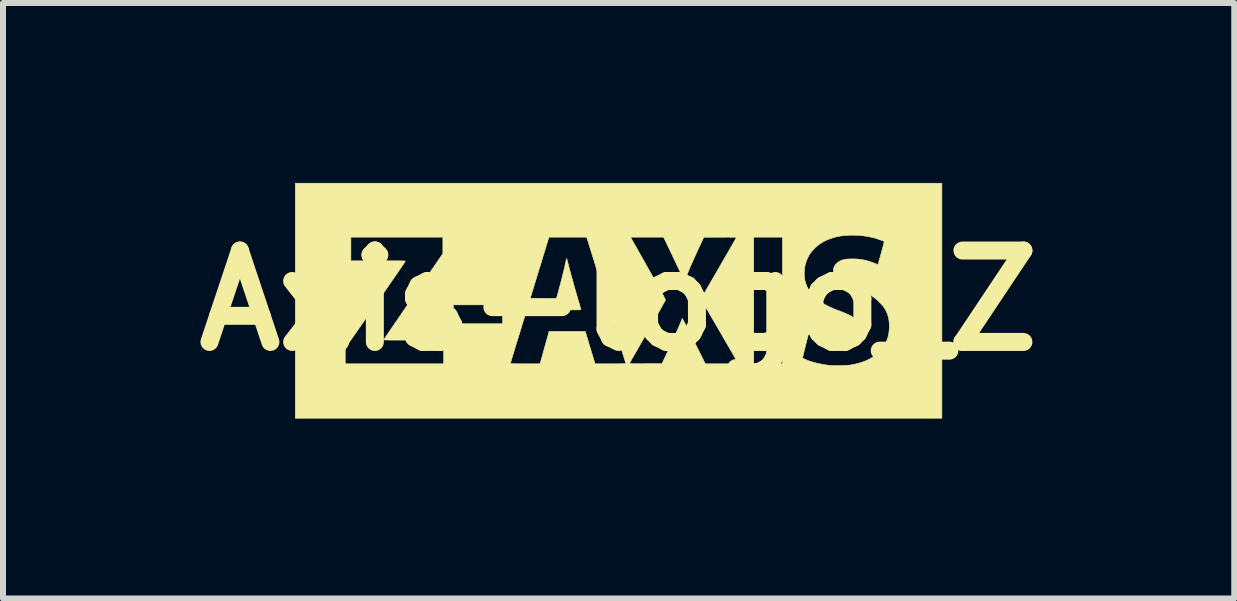
<source format=kicad_pcb>
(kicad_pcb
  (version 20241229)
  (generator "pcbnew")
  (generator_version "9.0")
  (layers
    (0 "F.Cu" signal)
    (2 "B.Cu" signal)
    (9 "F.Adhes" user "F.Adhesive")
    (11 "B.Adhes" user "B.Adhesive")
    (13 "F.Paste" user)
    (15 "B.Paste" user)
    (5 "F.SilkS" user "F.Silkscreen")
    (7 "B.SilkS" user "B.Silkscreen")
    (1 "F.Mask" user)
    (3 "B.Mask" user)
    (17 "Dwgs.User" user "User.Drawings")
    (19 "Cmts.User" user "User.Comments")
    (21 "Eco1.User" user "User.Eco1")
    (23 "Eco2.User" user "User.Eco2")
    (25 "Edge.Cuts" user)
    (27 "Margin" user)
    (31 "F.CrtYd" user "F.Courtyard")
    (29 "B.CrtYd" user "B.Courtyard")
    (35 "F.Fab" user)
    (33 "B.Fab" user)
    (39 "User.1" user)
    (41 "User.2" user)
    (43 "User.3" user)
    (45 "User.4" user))
  (footprint "Axis-logo_Z"
    (layer "F.Cu")
    (at 7.264 1.962)
    (property "Reference" "Axis-logo_Z" (at 0 0 0) (layer "F.SilkS") (effects (font (size 1.524 1.524) (thickness 0.3))))
    (attr through_hole)
    (fp_poly (pts (xy -0.864 -0.696) (xy -0.86 -0.684) (xy -0.855 -0.664) (xy -0.848 -0.639) (xy -0.84 -0.608) (xy -0.831 -0.573) (xy -0.822 -0.537) (xy -0.814 -0.508) (xy -0.805 -0.471) (xy -0.793 -0.428) (xy -0.779 -0.379) (xy -0.764 -0.326) (xy -0.749 -0.27) (xy -0.733 -0.213) (xy -0.716 -0.155) (xy -0.7 -0.098) (xy -0.684 -0.043) (xy -0.669 0.008) (xy -0.655 0.055) (xy -0.643 0.096) (xy -0.633 0.131) (xy -0.628 0.147) (xy -0.627 0.149) (xy -0.629 0.15) (xy -0.632 0.152) (xy -0.639 0.153) (xy -0.649 0.154) (xy -0.664 0.154) (xy -0.684 0.155) (xy -0.71 0.155) (xy -0.743 0.155) (xy -0.783 0.155) (xy -0.831 0.155) (xy -0.858 0.155) (xy -1.091 0.155) (xy -1.087 0.142) (xy -1.084 0.135) (xy -1.08 0.12) (xy -1.074 0.098) (xy -1.066 0.069) (xy -1.056 0.035) (xy -1.045 -0.003) (xy -1.034 -0.045) (xy -1.021 -0.09) (xy -1.019 -0.099) (xy -1 -0.164) (xy -0.985 -0.223) (xy -0.97 -0.275) (xy -0.958 -0.323) (xy -0.946 -0.369) (xy -0.935 -0.414) (xy -0.924 -0.459) (xy -0.912 -0.507) (xy -0.9 -0.559) (xy -0.891 -0.601) (xy -0.884 -0.63) (xy -0.878 -0.656) (xy -0.873 -0.677) (xy -0.869 -0.692) (xy -0.866 -0.7) (xy -0.866 -0.701) (xy -0.864 -0.696)) (stroke (width 0.01) (type solid)) (fill yes) (layer "F.SilkS"))
    (fp_poly (pts (xy 5.39 1.961) (xy -5.39 1.961) (xy -5.39 1.054) (xy -4.558 1.054) (xy -2.916 1.054) (xy -2.916 1.047) (xy -1.805 1.047) (xy -1.803 1.049) (xy -1.8 1.05) (xy -1.793 1.051) (xy -1.783 1.052) (xy -1.769 1.052) (xy -1.75 1.053) (xy -1.724 1.053) (xy -1.692 1.053) (xy -1.653 1.054) (xy -1.606 1.054) (xy -1.558 1.054) (xy -1.309 1.054) (xy -1.234 0.783) (xy -1.159 0.513) (xy -0.556 0.513) (xy -0.549 0.536) (xy -0.546 0.545) (xy -0.541 0.562) (xy -0.534 0.586) (xy -0.525 0.616) (xy -0.514 0.652) (xy -0.502 0.692) (xy -0.489 0.736) (xy -0.475 0.782) (xy -0.468 0.806) (xy -0.393 1.054) (xy -0.135 1.054) (xy -0.079 1.054) (xy -0.032 1.054) (xy 0.007 1.053) (xy 0.039 1.053) (xy 0.064 1.053) (xy 0.084 1.052) (xy 0.099 1.052) (xy 0.103 1.052) (xy 0.179 1.052) (xy 0.183 1.052) (xy 0.196 1.052) (xy 0.217 1.052) (xy 0.245 1.053) (xy 0.279 1.053) (xy 0.318 1.053) (xy 0.362 1.053) (xy 0.409 1.053) (xy 0.452 1.052) (xy 0.725 1.051) (xy 0.819 0.847) (xy 0.856 0.768) (xy 0.888 0.697) (xy 0.917 0.633) (xy 0.942 0.577) (xy 0.965 0.526) (xy 0.985 0.482) (xy 1.002 0.443) (xy 1.016 0.409) (xy 1.029 0.379) (xy 1.04 0.353) (xy 1.049 0.33) (xy 1.056 0.31) (xy 1.06 0.299) (xy 1.062 0.3) (xy 1.067 0.307) (xy 1.074 0.32) (xy 1.085 0.339) (xy 1.098 0.364) (xy 1.115 0.396) (xy 1.135 0.436) (xy 1.159 0.483) (xy 1.187 0.537) (xy 1.218 0.599) (xy 1.254 0.67) (xy 1.255 0.672) (xy 1.446 1.054) (xy 1.723 1.054) (xy 2 1.054) (xy 1.989 1.034) (xy 1.985 1.027) (xy 1.977 1.013) (xy 1.964 0.992) (xy 1.948 0.964) (xy 1.929 0.93) (xy 1.906 0.89) (xy 1.88 0.846) (xy 1.851 0.796) (xy 1.82 0.743) (xy 1.787 0.686) (xy 1.752 0.626) (xy 1.716 0.563) (xy 1.679 0.499) (xy 1.675 0.493) (xy 1.373 -0.027) (xy 1.668 -0.537) (xy 1.705 -0.601) (xy 1.74 -0.662) (xy 1.774 -0.721) (xy 1.807 -0.777) (xy 1.837 -0.829) (xy 1.864 -0.877) (xy 1.889 -0.92) (xy 1.911 -0.958) (xy 1.929 -0.99) (xy 1.944 -1.016) (xy 1.955 -1.036) (xy 1.962 -1.048) (xy 1.965 -1.052) (xy 1.964 -1.054) (xy 1.959 -1.055) (xy 1.949 -1.056) (xy 1.935 -1.056) (xy 1.914 -1.057) (xy 1.888 -1.057) (xy 1.854 -1.057) (xy 1.814 -1.058) (xy 1.765 -1.057) (xy 1.707 -1.057) (xy 1.694 -1.057) (xy 1.42 -1.056) (xy 1.33 -0.863) (xy 1.293 -0.782) (xy 1.259 -0.707) (xy 1.229 -0.64) (xy 1.201 -0.577) (xy 1.176 -0.519) (xy 1.154 -0.464) (xy 1.133 -0.411) (xy 1.129 -0.401) (xy 1.119 -0.376) (xy 1.11 -0.355) (xy 1.103 -0.338) (xy 1.098 -0.328) (xy 1.096 -0.325) (xy 1.093 -0.329) (xy 1.087 -0.34) (xy 1.079 -0.357) (xy 1.07 -0.378) (xy 1.063 -0.394) (xy 1.053 -0.417) (xy 1.042 -0.442) (xy 1.03 -0.47) (xy 1.016 -0.5) (xy 1 -0.534) (xy 0.982 -0.572) (xy 0.962 -0.616) (xy 0.938 -0.665) (xy 0.912 -0.72) (xy 0.882 -0.783) (xy 0.849 -0.852) (xy 0.75 -1.058) (xy 0.197 -1.058) (xy 2.253 -1.058) (xy 2.253 1.054) (xy 2.733 1.054) (xy 2.733 0.957) (xy 3.067 0.957) (xy 3.071 0.961) (xy 3.082 0.967) (xy 3.1 0.975) (xy 3.121 0.984) (xy 3.145 0.994) (xy 3.17 1.004) (xy 3.184 1.009) (xy 3.242 1.027) (xy 3.306 1.044) (xy 3.374 1.058) (xy 3.444 1.071) (xy 3.513 1.08) (xy 3.53 1.082) (xy 3.554 1.083) (xy 3.586 1.084) (xy 3.622 1.085) (xy 3.662 1.085) (xy 3.703 1.084) (xy 3.744 1.083) (xy 3.783 1.081) (xy 3.817 1.079) (xy 3.845 1.077) (xy 3.862 1.075) (xy 3.957 1.056) (xy 4.045 1.032) (xy 4.126 1.002) (xy 4.199 0.967) (xy 4.265 0.925) (xy 4.324 0.878) (xy 4.375 0.826) (xy 4.419 0.767) (xy 4.448 0.717) (xy 4.474 0.662) (xy 4.493 0.607) (xy 4.505 0.55) (xy 4.512 0.488) (xy 4.514 0.459) (xy 4.514 0.394) (xy 4.509 0.334) (xy 4.499 0.279) (xy 4.483 0.226) (xy 4.469 0.192) (xy 4.451 0.156) (xy 4.432 0.123) (xy 4.409 0.091) (xy 4.38 0.058) (xy 4.349 0.026) (xy 4.319 -0.003) (xy 4.288 -0.03) (xy 4.257 -0.054) (xy 4.223 -0.077) (xy 4.186 -0.1) (xy 4.145 -0.122) (xy 4.098 -0.144) (xy 4.046 -0.167) (xy 3.986 -0.192) (xy 3.929 -0.214) (xy 3.858 -0.243) (xy 3.796 -0.27) (xy 3.743 -0.296) (xy 3.698 -0.321) (xy 3.663 -0.344) (xy 3.635 -0.366) (xy 3.62 -0.382) (xy 3.602 -0.407) (xy 3.591 -0.43) (xy 3.584 -0.456) (xy 3.582 -0.488) (xy 3.582 -0.494) (xy 3.582 -0.516) (xy 3.583 -0.532) (xy 3.586 -0.545) (xy 3.592 -0.558) (xy 3.597 -0.57) (xy 3.619 -0.604) (xy 3.649 -0.633) (xy 3.686 -0.657) (xy 3.694 -0.661) (xy 3.717 -0.671) (xy 3.739 -0.679) (xy 3.76 -0.685) (xy 3.783 -0.689) (xy 3.809 -0.692) (xy 3.842 -0.694) (xy 3.871 -0.695) (xy 3.933 -0.695) (xy 3.991 -0.692) (xy 4.047 -0.685) (xy 4.103 -0.675) (xy 4.16 -0.659) (xy 4.221 -0.64) (xy 4.287 -0.615) (xy 4.31 -0.605) (xy 4.319 -0.602) (xy 4.325 -0.602) (xy 4.326 -0.607) (xy 4.33 -0.62) (xy 4.336 -0.64) (xy 4.344 -0.667) (xy 4.353 -0.698) (xy 4.363 -0.734) (xy 4.374 -0.774) (xy 4.379 -0.794) (xy 4.393 -0.843) (xy 4.403 -0.882) (xy 4.412 -0.914) (xy 4.418 -0.94) (xy 4.423 -0.959) (xy 4.426 -0.972) (xy 4.427 -0.982) (xy 4.427 -0.987) (xy 4.426 -0.988) (xy 4.416 -0.993) (xy 4.399 -1) (xy 4.376 -1.008) (xy 4.351 -1.017) (xy 4.323 -1.026) (xy 4.296 -1.035) (xy 4.271 -1.043) (xy 4.252 -1.048) (xy 4.17 -1.066) (xy 4.084 -1.08) (xy 3.996 -1.088) (xy 3.909 -1.091) (xy 3.823 -1.089) (xy 3.74 -1.082) (xy 3.662 -1.07) (xy 3.611 -1.058) (xy 3.54 -1.037) (xy 3.472 -1.01) (xy 3.409 -0.979) (xy 3.361 -0.949) (xy 3.335 -0.93) (xy 3.306 -0.906) (xy 3.276 -0.879) (xy 3.248 -0.85) (xy 3.223 -0.823) (xy 3.208 -0.805) (xy 3.175 -0.755) (xy 3.147 -0.7) (xy 3.124 -0.64) (xy 3.107 -0.579) (xy 3.102 -0.551) (xy 3.097 -0.506) (xy 3.095 -0.457) (xy 3.097 -0.408) (xy 3.102 -0.36) (xy 3.111 -0.319) (xy 3.132 -0.254) (xy 3.162 -0.192) (xy 3.201 -0.134) (xy 3.245 -0.083) (xy 3.283 -0.046) (xy 3.324 -0.011) (xy 3.367 0.021) (xy 3.415 0.051) (xy 3.468 0.08) (xy 3.527 0.109) (xy 3.592 0.138) (xy 3.666 0.167) (xy 3.699 0.179) (xy 3.765 0.205) (xy 3.824 0.231) (xy 3.876 0.258) (xy 3.919 0.285) (xy 3.954 0.312) (xy 3.973 0.331) (xy 3.998 0.366) (xy 4.015 0.403) (xy 4.024 0.444) (xy 4.024 0.485) (xy 4.016 0.525) (xy 4 0.565) (xy 3.982 0.592) (xy 3.959 0.617) (xy 3.927 0.639) (xy 3.89 0.658) (xy 3.847 0.674) (xy 3.801 0.685) (xy 3.8 0.685) (xy 3.767 0.689) (xy 3.728 0.691) (xy 3.684 0.691) (xy 3.638 0.69) (xy 3.592 0.687) (xy 3.548 0.682) (xy 3.508 0.676) (xy 3.504 0.676) (xy 3.4 0.652) (xy 3.301 0.621) (xy 3.209 0.583) (xy 3.207 0.582) (xy 3.189 0.574) (xy 3.175 0.568) (xy 3.166 0.565) (xy 3.164 0.565) (xy 3.162 0.57) (xy 3.159 0.582) (xy 3.154 0.602) (xy 3.148 0.627) (xy 3.14 0.657) (xy 3.132 0.69) (xy 3.123 0.726) (xy 3.114 0.762) (xy 3.105 0.799) (xy 3.096 0.834) (xy 3.088 0.867) (xy 3.081 0.897) (xy 3.075 0.922) (xy 3.07 0.941) (xy 3.068 0.953) (xy 3.067 0.957) (xy 2.733 0.957) (xy 2.733 -1.058) (xy 2.253 -1.058) (xy 0.197 -1.058) (xy 0.204 -1.048) (xy 0.207 -1.042) (xy 0.215 -1.029) (xy 0.226 -1.009) (xy 0.241 -0.982) (xy 0.26 -0.949) (xy 0.282 -0.91) (xy 0.307 -0.866) (xy 0.334 -0.818) (xy 0.364 -0.765) (xy 0.396 -0.709) (xy 0.43 -0.649) (xy 0.465 -0.587) (xy 0.498 -0.527) (xy 0.541 -0.451) (xy 0.58 -0.383) (xy 0.614 -0.323) (xy 0.644 -0.269) (xy 0.67 -0.222) (xy 0.693 -0.18) (xy 0.713 -0.145) (xy 0.73 -0.114) (xy 0.744 -0.089) (xy 0.755 -0.068) (xy 0.764 -0.05) (xy 0.771 -0.037) (xy 0.776 -0.026) (xy 0.779 -0.018) (xy 0.781 -0.013) (xy 0.782 -0.009) (xy 0.781 -0.006) (xy 0.781 -0.006) (xy 0.778 -0.001) (xy 0.771 0.012) (xy 0.76 0.032) (xy 0.744 0.059) (xy 0.726 0.092) (xy 0.704 0.131) (xy 0.679 0.175) (xy 0.651 0.224) (xy 0.621 0.276) (xy 0.588 0.333) (xy 0.554 0.393) (xy 0.519 0.455) (xy 0.482 0.52) (xy 0.478 0.527) (xy 0.441 0.592) (xy 0.405 0.654) (xy 0.371 0.714) (xy 0.339 0.77) (xy 0.309 0.823) (xy 0.281 0.871) (xy 0.256 0.915) (xy 0.234 0.953) (xy 0.215 0.986) (xy 0.2 1.013) (xy 0.189 1.033) (xy 0.182 1.046) (xy 0.179 1.051) (xy 0.179 1.052) (xy 0.103 1.052) (xy 0.109 1.051) (xy 0.115 1.05) (xy 0.119 1.049) (xy 0.121 1.047) (xy 0.121 1.046) (xy 0.12 1.045) (xy 0.119 1.04) (xy 0.114 1.025) (xy 0.107 1.003) (xy 0.098 0.974) (xy 0.087 0.937) (xy 0.073 0.894) (xy 0.058 0.844) (xy 0.041 0.789) (xy 0.023 0.729) (xy 0.003 0.665) (xy -0.019 0.597) (xy -0.041 0.524) (xy -0.064 0.449) (xy -0.088 0.372) (xy -0.113 0.292) (xy -0.138 0.21) (xy -0.164 0.128) (xy -0.19 0.045) (xy -0.216 -0.039) (xy -0.241 -0.122) (xy -0.267 -0.204) (xy -0.292 -0.285) (xy -0.316 -0.363) (xy -0.34 -0.44) (xy -0.363 -0.514) (xy -0.385 -0.584) (xy -0.405 -0.651) (xy -0.425 -0.713) (xy -0.443 -0.771) (xy -0.459 -0.823) (xy -0.473 -0.869) (xy -0.486 -0.91) (xy -0.496 -0.943) (xy -0.504 -0.969) (xy -0.51 -0.988) (xy -0.513 -0.998) (xy -0.513 -0.998) (xy -0.532 -1.058) (xy -1.161 -1.058) (xy -1.168 -1.036) (xy -1.17 -1.03) (xy -1.174 -1.016) (xy -1.181 -0.993) (xy -1.191 -0.963) (xy -1.202 -0.927) (xy -1.215 -0.883) (xy -1.23 -0.833) (xy -1.247 -0.778) (xy -1.266 -0.718) (xy -1.285 -0.653) (xy -1.306 -0.584) (xy -1.329 -0.512) (xy -1.352 -0.436) (xy -1.376 -0.358) (xy -1.4 -0.277) (xy -1.425 -0.195) (xy -1.451 -0.112) (xy -1.477 -0.028) (xy -1.502 0.056) (xy -1.528 0.14) (xy -1.553 0.223) (xy -1.578 0.305) (xy -1.603 0.385) (xy -1.626 0.463) (xy -1.649 0.538) (xy -1.671 0.609) (xy -1.692 0.677) (xy -1.712 0.741) (xy -1.73 0.8) (xy -1.746 0.854) (xy -1.761 0.903) (xy -1.774 0.945) (xy -1.785 0.98) (xy -1.793 1.009) (xy -1.8 1.029) (xy -1.803 1.042) (xy -1.804 1.045) (xy -1.805 1.047) (xy -2.916 1.047) (xy -2.916 0.659) (xy -3.415 0.659) (xy -3.495 0.659) (xy -3.566 0.658) (xy -3.628 0.658) (xy -3.683 0.658) (xy -3.731 0.658) (xy -3.771 0.658) (xy -3.805 0.658) (xy -3.834 0.657) (xy -3.857 0.657) (xy -3.875 0.656) (xy -3.889 0.656) (xy -3.9 0.655) (xy -3.907 0.654) (xy -3.911 0.653) (xy -3.913 0.652) (xy -3.913 0.651) (xy -3.911 0.647) (xy -3.903 0.635) (xy -3.891 0.616) (xy -3.874 0.59) (xy -3.852 0.559) (xy -3.827 0.521) (xy -3.798 0.478) (xy -3.765 0.431) (xy -3.729 0.378) (xy -3.69 0.321) (xy -3.649 0.261) (xy -3.605 0.196) (xy -3.558 0.129) (xy -3.518 0.071) (xy -2.756 0.071) (xy -2.756 0.386) (xy -1.933 0.386) (xy -1.933 0.071) (xy -2.756 0.071) (xy -3.518 0.071) (xy -3.51 0.059) (xy -3.46 -0.013) (xy -3.422 -0.069) (xy -2.93 -0.783) (xy -2.93 -1.058) (xy -4.464 -1.058) (xy -4.464 -0.663) (xy -4.01 -0.663) (xy -3.934 -0.663) (xy -3.867 -0.663) (xy -3.808 -0.663) (xy -3.758 -0.663) (xy -3.714 -0.663) (xy -3.677 -0.663) (xy -3.646 -0.662) (xy -3.621 -0.662) (xy -3.601 -0.661) (xy -3.585 -0.661) (xy -3.574 -0.66) (xy -3.565 -0.659) (xy -3.56 -0.658) (xy -3.557 -0.657) (xy -3.556 -0.656) (xy -3.556 -0.656) (xy -3.559 -0.651) (xy -3.566 -0.639) (xy -3.579 -0.62) (xy -3.596 -0.595) (xy -3.618 -0.563) (xy -3.643 -0.526) (xy -3.673 -0.483) (xy -3.706 -0.435) (xy -3.742 -0.383) (xy -3.781 -0.326) (xy -3.823 -0.265) (xy -3.867 -0.201) (xy -3.914 -0.134) (xy -3.962 -0.064) (xy -4.013 0.009) (xy -4.057 0.072) (xy -4.558 0.793) (xy -4.558 1.054) (xy -5.39 1.054) (xy -5.39 -1.957) (xy 5.39 -1.957) (xy 5.39 1.961)) (stroke (width 0.01) (type solid)) (fill yes) (layer "F.SilkS")))
  (gr_rect
    (start -3 -3)
    (end 17.529 6.928)
    (stroke (width 0.1) (type default))
    (fill no)
    (layer "Edge.Cuts")))
</source>
